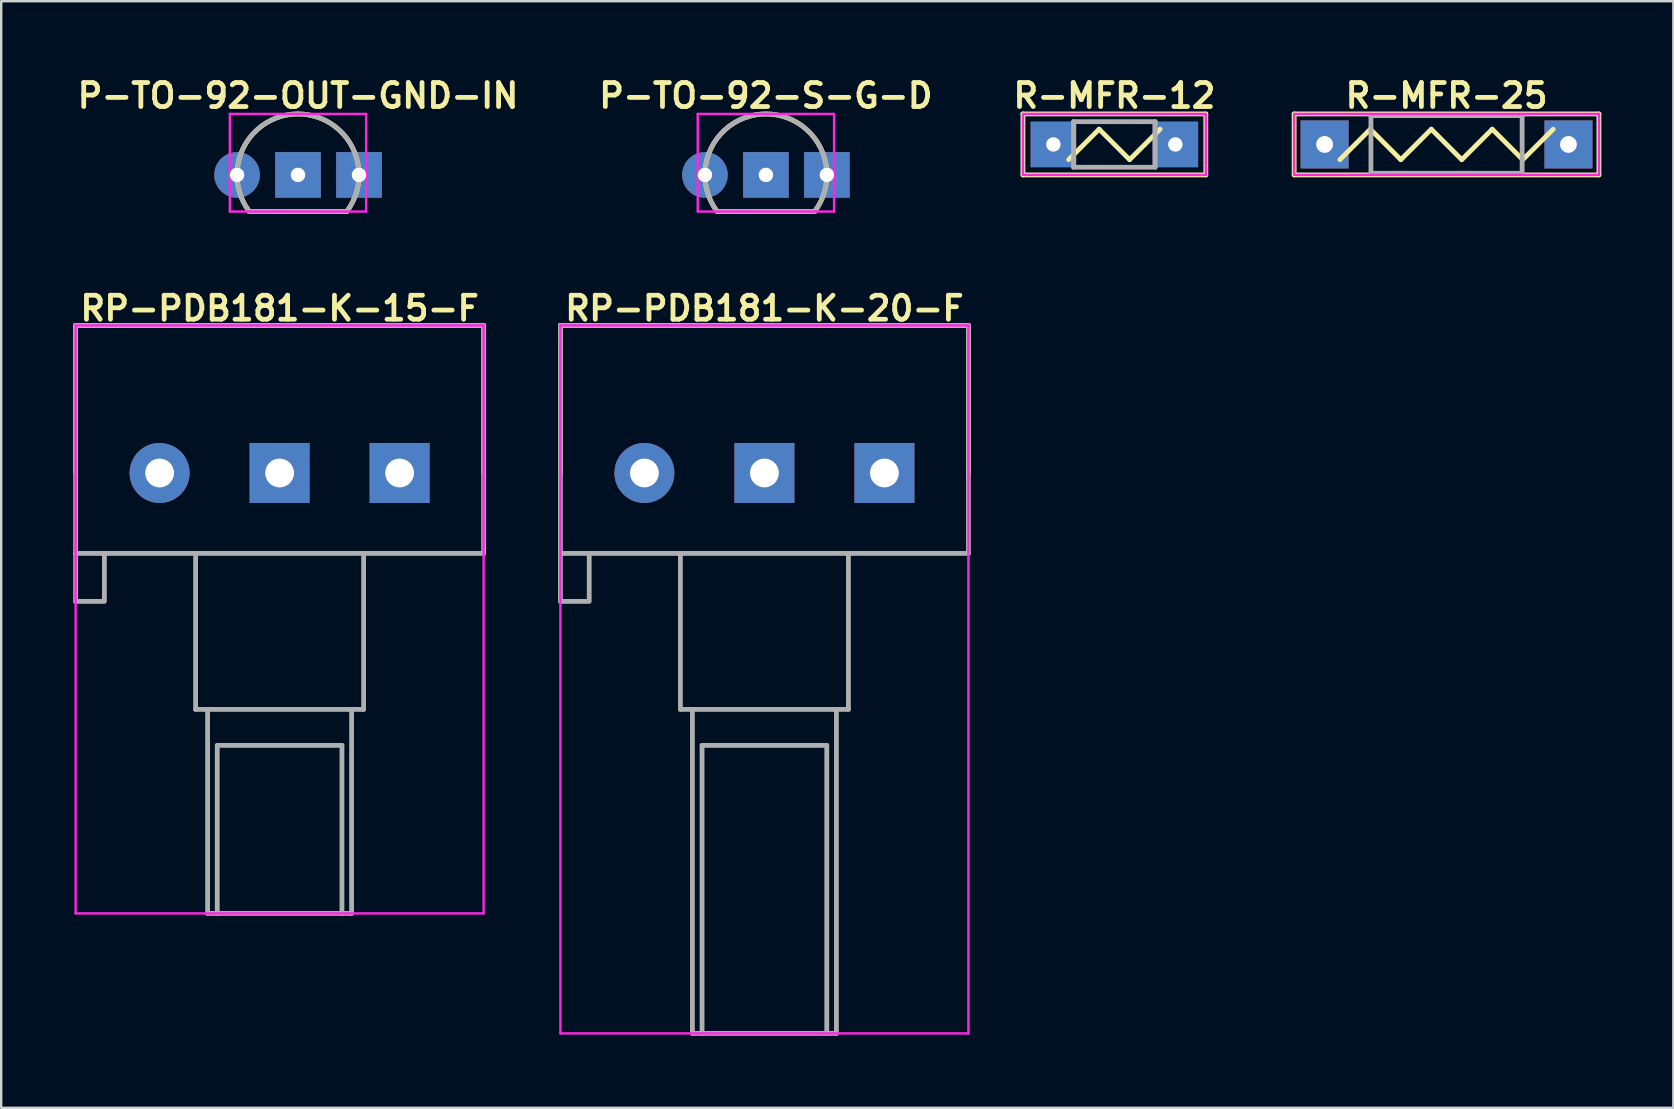
<source format=kicad_pcb>
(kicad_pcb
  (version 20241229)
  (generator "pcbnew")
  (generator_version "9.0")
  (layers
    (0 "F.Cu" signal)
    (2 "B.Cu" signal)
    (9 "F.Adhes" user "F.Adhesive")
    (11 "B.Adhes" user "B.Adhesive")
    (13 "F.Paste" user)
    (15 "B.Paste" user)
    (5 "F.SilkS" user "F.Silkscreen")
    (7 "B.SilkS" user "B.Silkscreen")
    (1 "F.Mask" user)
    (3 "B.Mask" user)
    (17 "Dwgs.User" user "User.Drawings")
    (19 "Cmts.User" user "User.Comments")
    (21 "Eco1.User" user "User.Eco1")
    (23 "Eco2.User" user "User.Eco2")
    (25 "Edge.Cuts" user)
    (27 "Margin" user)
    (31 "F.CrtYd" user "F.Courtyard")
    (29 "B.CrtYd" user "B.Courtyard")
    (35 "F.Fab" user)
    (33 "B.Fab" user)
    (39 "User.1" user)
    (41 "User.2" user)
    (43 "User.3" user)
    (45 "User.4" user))
  (footprint "P-TO-92-OUT-GND-IN"
    (layer "F.Cu")
    (at 9.367 4.238)
    (property "Reference" "P-TO-92-OUT-GND-IN" (at 0 -3.302 0) (layer "F.SilkS") (effects (font (size 1 1) (thickness 0.2))))
    (attr through_hole)
    (fp_line (start -2.031 1.525) (end 2.031 1.525) (stroke (width 0.2) (type solid)) (layer "F.SilkS"))
    (fp_arc (start -2.03125 1.525) (mid 0 -2.54) (end 2.03125 1.525) (stroke (width 0.2) (type solid)) (layer "F.SilkS"))
    (fp_line (start -2.84 -2.54) (end -2.84 1.525) (stroke (width 0.1) (type solid)) (layer "F.CrtYd"))
    (fp_line (start -2.84 -2.54) (end 2.84 -2.54) (stroke (width 0.1) (type solid)) (layer "F.CrtYd"))
    (fp_line (start -2.84 1.525) (end 2.84 1.525) (stroke (width 0.1) (type solid)) (layer "F.CrtYd"))
    (fp_line (start 2.84 -2.54) (end 2.84 1.525) (stroke (width 0.1) (type solid)) (layer "F.CrtYd"))
    (fp_line (start -2.031 1.525) (end 2.031 1.525) (stroke (width 0.2) (type solid)) (layer "F.Fab"))
    (fp_arc (start -2.03125 1.525) (mid 0.000084 -2.54) (end 2.031149 1.525135) (stroke (width 0.2) (type solid)) (layer "F.Fab"))
    (pad "GND" thru_hole rect (at 0 0) (size 1.9 1.9) (drill 0.6) (layers "B.Cu" "B.Mask"))
    (pad "IN" thru_hole rect (at 2.54 0) (size 1.9 1.9) (drill 0.6) (layers "B.Cu" "B.Mask"))
    (pad "OUT" thru_hole circle (at -2.54 0) (size 1.9 1.9) (drill 0.6) (layers "B.Cu" "B.Mask")))
  (footprint "R-MFR-25"
    (layer "F.Cu")
    (at 57.221 2.968)
    (property "Reference" "R-MFR-25" (at 0 -2.032 0) (layer "F.SilkS") (effects (font (size 1 1) (thickness 0.2))))
    (attr through_hole)
    (fp_line (start -6.35 -1.27) (end -6.35 1.27) (stroke (width 0.2) (type solid)) (layer "F.SilkS"))
    (fp_line (start -6.35 -1.27) (end 6.35 -1.27) (stroke (width 0.2) (type solid)) (layer "F.SilkS"))
    (fp_line (start -6.35 1.27) (end 6.35 1.27) (stroke (width 0.2) (type solid)) (layer "F.SilkS"))
    (fp_line (start -4.445 0.635) (end -3.175 -0.635) (stroke (width 0.2) (type solid)) (layer "F.SilkS"))
    (fp_line (start -3.175 -0.635) (end -1.905 0.635) (stroke (width 0.2) (type solid)) (layer "F.SilkS"))
    (fp_line (start -1.905 0.635) (end -0.635 -0.635) (stroke (width 0.2) (type solid)) (layer "F.SilkS"))
    (fp_line (start -0.635 -0.635) (end 0.635 0.635) (stroke (width 0.2) (type solid)) (layer "F.SilkS"))
    (fp_line (start 0.635 0.635) (end 1.905 -0.635) (stroke (width 0.2) (type solid)) (layer "F.SilkS"))
    (fp_line (start 1.905 -0.635) (end 3.175 0.635) (stroke (width 0.2) (type solid)) (layer "F.SilkS"))
    (fp_line (start 3.175 0.635) (end 4.445 -0.635) (stroke (width 0.2) (type solid)) (layer "F.SilkS"))
    (fp_line (start 6.35 -1.27) (end 6.35 1.27) (stroke (width 0.2) (type solid)) (layer "F.SilkS"))
    (fp_line (start -6.35 -1.27) (end 6.35 -1.27) (stroke (width 0.1) (type solid)) (layer "F.CrtYd"))
    (fp_line (start -6.35 1.27) (end -6.35 -1.27) (stroke (width 0.1) (type solid)) (layer "F.CrtYd"))
    (fp_line (start 6.35 -1.27) (end 6.35 1.27) (stroke (width 0.1) (type solid)) (layer "F.CrtYd"))
    (fp_line (start 6.35 1.27) (end -6.35 1.27) (stroke (width 0.1) (type solid)) (layer "F.CrtYd"))
    (fp_line (start -3.15 -1.2) (end -3.15 1.2) (stroke (width 0.2) (type solid)) (layer "F.Fab"))
    (fp_line (start -3.15 -1.2) (end 3.15 -1.2) (stroke (width 0.2) (type solid)) (layer "F.Fab"))
    (fp_line (start -3.15 1.2) (end 3.15 1.2) (stroke (width 0.2) (type solid)) (layer "F.Fab"))
    (fp_line (start 3.15 -1.2) (end 3.15 1.2) (stroke (width 0.2) (type solid)) (layer "F.Fab"))
    (pad "1" thru_hole rect (at -5.08 0) (size 2 2) (drill 0.7) (layers "B.Cu" "B.Mask"))
    (pad "2" thru_hole rect (at 5.08 0) (size 2 2) (drill 0.7) (layers "B.Cu" "B.Mask")))
  (footprint "P-TO-92-S-G-D"
    (layer "F.Cu")
    (at 28.862 4.238)
    (property "Reference" "P-TO-92-S-G-D" (at 0 -3.302 0) (layer "F.SilkS") (effects (font (size 1 1) (thickness 0.2))))
    (attr through_hole)
    (fp_line (start -2.031 1.525) (end 2.031 1.525) (stroke (width 0.2) (type solid)) (layer "F.SilkS"))
    (fp_arc (start -2.03125 1.525) (mid 0 -2.54) (end 2.03125 1.525) (stroke (width 0.2) (type solid)) (layer "F.SilkS"))
    (fp_line (start -2.84 -2.54) (end -2.84 1.525) (stroke (width 0.1) (type solid)) (layer "F.CrtYd"))
    (fp_line (start -2.84 -2.54) (end 2.84 -2.54) (stroke (width 0.1) (type solid)) (layer "F.CrtYd"))
    (fp_line (start -2.84 1.525) (end 2.84 1.525) (stroke (width 0.1) (type solid)) (layer "F.CrtYd"))
    (fp_line (start 2.84 -2.54) (end 2.84 1.525) (stroke (width 0.1) (type solid)) (layer "F.CrtYd"))
    (fp_line (start -2.031 1.525) (end 2.031 1.525) (stroke (width 0.2) (type solid)) (layer "F.Fab"))
    (fp_arc (start -2.03125 1.525) (mid 0.000084 -2.54) (end 2.031149 1.525135) (stroke (width 0.2) (type solid)) (layer "F.Fab"))
    (pad "D" thru_hole rect (at 2.54 0) (size 1.9 1.9) (drill 0.6) (layers "B.Cu" "B.Mask"))
    (pad "G" thru_hole rect (at 0 0) (size 1.9 1.9) (drill 0.6) (layers "B.Cu" "B.Mask"))
    (pad "S" thru_hole circle (at -2.54 0) (size 1.9 1.9) (drill 0.6) (layers "B.Cu" "B.Mask")))
  (footprint "R-MFR-12"
    (layer "F.Cu")
    (at 43.381 2.968)
    (property "Reference" "R-MFR-12" (at 0 -2.032 0) (layer "F.SilkS") (effects (font (size 1 1) (thickness 0.2))))
    (attr through_hole)
    (fp_line (start -3.81 -1.27) (end -3.81 1.27) (stroke (width 0.2) (type solid)) (layer "F.SilkS"))
    (fp_line (start -3.81 -1.27) (end 3.81 -1.27) (stroke (width 0.2) (type solid)) (layer "F.SilkS"))
    (fp_line (start -3.81 1.27) (end 3.81 1.27) (stroke (width 0.2) (type solid)) (layer "F.SilkS"))
    (fp_line (start -1.905 0.635) (end -0.635 -0.635) (stroke (width 0.2) (type solid)) (layer "F.SilkS"))
    (fp_line (start -0.635 -0.635) (end 0.635 0.635) (stroke (width 0.2) (type solid)) (layer "F.SilkS"))
    (fp_line (start 0.635 0.635) (end 1.905 -0.635) (stroke (width 0.2) (type solid)) (layer "F.SilkS"))
    (fp_line (start 3.81 -1.27) (end 3.81 1.27) (stroke (width 0.2) (type solid)) (layer "F.SilkS"))
    (fp_line (start -3.81 -1.27) (end 3.81 -1.27) (stroke (width 0.1) (type solid)) (layer "F.CrtYd"))
    (fp_line (start -3.81 1.27) (end -3.81 -1.27) (stroke (width 0.1) (type solid)) (layer "F.CrtYd"))
    (fp_line (start 3.81 -1.27) (end 3.81 1.27) (stroke (width 0.1) (type solid)) (layer "F.CrtYd"))
    (fp_line (start 3.81 1.27) (end -3.81 1.27) (stroke (width 0.1) (type solid)) (layer "F.CrtYd"))
    (fp_line (start -1.7 -0.95) (end -1.7 0.95) (stroke (width 0.2) (type solid)) (layer "F.Fab"))
    (fp_line (start -1.7 -0.95) (end 1.7 -0.95) (stroke (width 0.2) (type solid)) (layer "F.Fab"))
    (fp_line (start -1.7 0.95) (end 1.7 0.95) (stroke (width 0.2) (type solid)) (layer "F.Fab"))
    (fp_line (start 1.7 -0.95) (end 1.7 0.95) (stroke (width 0.2) (type solid)) (layer "F.Fab"))
    (pad "1" thru_hole rect (at -2.54 0) (size 1.9 1.9) (drill 0.6) (layers "B.Cu" "B.Mask"))
    (pad "2" thru_hole rect (at 2.54 0) (size 1.9 1.9) (drill 0.6) (layers "B.Cu" "B.Mask")))
  (footprint "RP-PDB181-K-20-F"
    (layer "F.Cu")
    (at 28.8 16.657)
    (property "Reference" "RP-PDB181-K-20-F" (at 0 -6.858 0) (layer "F.SilkS") (effects (font (size 1 1) (thickness 0.2))))
    (attr through_hole)
    (fp_line (start -8.5 -6.15) (end -8.5 0) (stroke (width 0.2) (type solid)) (layer "F.SilkS"))
    (fp_line (start -8.5 -6.15) (end 8.5 -6.15) (stroke (width 0.2) (type solid)) (layer "F.SilkS"))
    (fp_line (start 8.5 -6.15) (end 8.5 0) (stroke (width 0.2) (type solid)) (layer "F.SilkS"))
    (fp_line (start -8.5 -6.15) (end -8.5 23.35) (stroke (width 0.1) (type solid)) (layer "F.CrtYd"))
    (fp_line (start -8.5 -6.15) (end 8.5 -6.15) (stroke (width 0.1) (type solid)) (layer "F.CrtYd"))
    (fp_line (start -8.5 23.35) (end 8.5 23.35) (stroke (width 0.1) (type solid)) (layer "F.CrtYd"))
    (fp_line (start 8.5 -6.15) (end 8.5 23.35) (stroke (width 0.1) (type solid)) (layer "F.CrtYd"))
    (fp_line (start -8.5 -6.15) (end -8.5 3.35) (stroke (width 0.2) (type solid)) (layer "F.Fab"))
    (fp_line (start -8.5 -6.15) (end 8.5 -6.15) (stroke (width 0.2) (type solid)) (layer "F.Fab"))
    (fp_line (start -8.5 3.35) (end -8.5 5.35) (stroke (width 0.2) (type solid)) (layer "F.Fab"))
    (fp_line (start -8.5 3.35) (end 8.5 3.35) (stroke (width 0.2) (type solid)) (layer "F.Fab"))
    (fp_line (start -8.5 5.35) (end -7.366 5.35) (stroke (width 0.2) (type solid)) (layer "F.Fab"))
    (fp_line (start -7.3 3.35) (end -7.3 5.35) (stroke (width 0.2) (type solid)) (layer "F.Fab"))
    (fp_line (start -3.5 3.35) (end -3.5 9.85) (stroke (width 0.2) (type solid)) (layer "F.Fab"))
    (fp_line (start -3.5 9.85) (end 3.5 9.85) (stroke (width 0.2) (type solid)) (layer "F.Fab"))
    (fp_line (start -3 9.85) (end -3 23.35) (stroke (width 0.2) (type solid)) (layer "F.Fab"))
    (fp_line (start -3 23.35) (end 3 23.35) (stroke (width 0.2) (type solid)) (layer "F.Fab"))
    (fp_line (start -2.598 11.35) (end -2.598 23.35) (stroke (width 0.2) (type solid)) (layer "F.Fab"))
    (fp_line (start -2.598 11.35) (end 2.598 11.35) (stroke (width 0.2) (type solid)) (layer "F.Fab"))
    (fp_line (start 2.598 11.35) (end 2.598 23.35) (stroke (width 0.2) (type solid)) (layer "F.Fab"))
    (fp_line (start 3 9.85) (end 3 23.35) (stroke (width 0.2) (type solid)) (layer "F.Fab"))
    (fp_line (start 3.5 3.35) (end 3.5 9.85) (stroke (width 0.2) (type solid)) (layer "F.Fab"))
    (fp_line (start 8.5 -6.15) (end 8.5 3.35) (stroke (width 0.2) (type solid)) (layer "F.Fab"))
    (pad "1" thru_hole circle (at -5 0) (size 2.5 2.5) (drill 1.2) (layers "B.Cu" "B.Mask"))
    (pad "2" thru_hole rect (at 0 0) (size 2.5 2.5) (drill 1.2) (layers "B.Cu" "B.Mask"))
    (pad "3" thru_hole rect (at 5 0) (size 2.5 2.5) (drill 1.2) (layers "B.Cu" "B.Mask")))
  (footprint "RP-PDB181-K-15-F"
    (layer "F.Cu")
    (at 8.6 16.657)
    (property "Reference" "RP-PDB181-K-15-F" (at 0 -6.858 0) (layer "F.SilkS") (effects (font (size 1 1) (thickness 0.2))))
    (attr through_hole)
    (fp_line (start -8.5 -6.15) (end -8.5 0) (stroke (width 0.2) (type solid)) (layer "F.SilkS"))
    (fp_line (start -8.5 -6.15) (end 8.5 -6.15) (stroke (width 0.2) (type solid)) (layer "F.SilkS"))
    (fp_line (start 8.5 -6.15) (end 8.5 0) (stroke (width 0.2) (type solid)) (layer "F.SilkS"))
    (fp_line (start -8.5 -6.15) (end -8.5 18.35) (stroke (width 0.1) (type solid)) (layer "F.CrtYd"))
    (fp_line (start -8.5 -6.15) (end 8.5 -6.15) (stroke (width 0.1) (type solid)) (layer "F.CrtYd"))
    (fp_line (start -8.5 18.35) (end 8.5 18.35) (stroke (width 0.1) (type solid)) (layer "F.CrtYd"))
    (fp_line (start 8.5 -6.15) (end 8.5 18.35) (stroke (width 0.1) (type solid)) (layer "F.CrtYd"))
    (fp_line (start -8.5 -6.15) (end -8.5 3.35) (stroke (width 0.2) (type solid)) (layer "F.Fab"))
    (fp_line (start -8.5 -6.15) (end 8.5 -6.15) (stroke (width 0.2) (type solid)) (layer "F.Fab"))
    (fp_line (start -8.5 3.35) (end -8.5 5.35) (stroke (width 0.2) (type solid)) (layer "F.Fab"))
    (fp_line (start -8.5 3.35) (end 8.5 3.35) (stroke (width 0.2) (type solid)) (layer "F.Fab"))
    (fp_line (start -8.5 5.35) (end -7.366 5.35) (stroke (width 0.2) (type solid)) (layer "F.Fab"))
    (fp_line (start -7.3 3.35) (end -7.3 5.35) (stroke (width 0.2) (type solid)) (layer "F.Fab"))
    (fp_line (start -3.5 3.35) (end -3.5 9.85) (stroke (width 0.2) (type solid)) (layer "F.Fab"))
    (fp_line (start -3.5 9.85) (end 3.5 9.85) (stroke (width 0.2) (type solid)) (layer "F.Fab"))
    (fp_line (start -3 9.85) (end -3 18.35) (stroke (width 0.2) (type solid)) (layer "F.Fab"))
    (fp_line (start -3 18.35) (end 3 18.35) (stroke (width 0.2) (type solid)) (layer "F.Fab"))
    (fp_line (start -2.598 11.35) (end -2.598 18.35) (stroke (width 0.2) (type solid)) (layer "F.Fab"))
    (fp_line (start -2.598 11.35) (end 2.598 11.35) (stroke (width 0.2) (type solid)) (layer "F.Fab"))
    (fp_line (start 2.598 11.35) (end 2.598 18.35) (stroke (width 0.2) (type solid)) (layer "F.Fab"))
    (fp_line (start 3 9.85) (end 3 18.35) (stroke (width 0.2) (type solid)) (layer "F.Fab"))
    (fp_line (start 3.5 3.35) (end 3.5 9.85) (stroke (width 0.2) (type solid)) (layer "F.Fab"))
    (fp_line (start 8.5 -6.15) (end 8.5 3.35) (stroke (width 0.2) (type solid)) (layer "F.Fab"))
    (pad "1" thru_hole circle (at -5 0) (size 2.5 2.5) (drill 1.2) (layers "B.Cu" "B.Mask"))
    (pad "2" thru_hole rect (at 0 0) (size 2.5 2.5) (drill 1.2) (layers "B.Cu" "B.Mask"))
    (pad "3" thru_hole rect (at 5 0) (size 2.5 2.5) (drill 1.2) (layers "B.Cu" "B.Mask")))
  (gr_rect
    (start -3 -3)
    (end 66.671 43.107)
    (stroke (width 0.1) (type default))
    (fill no)
    (layer "Edge.Cuts")))
</source>
